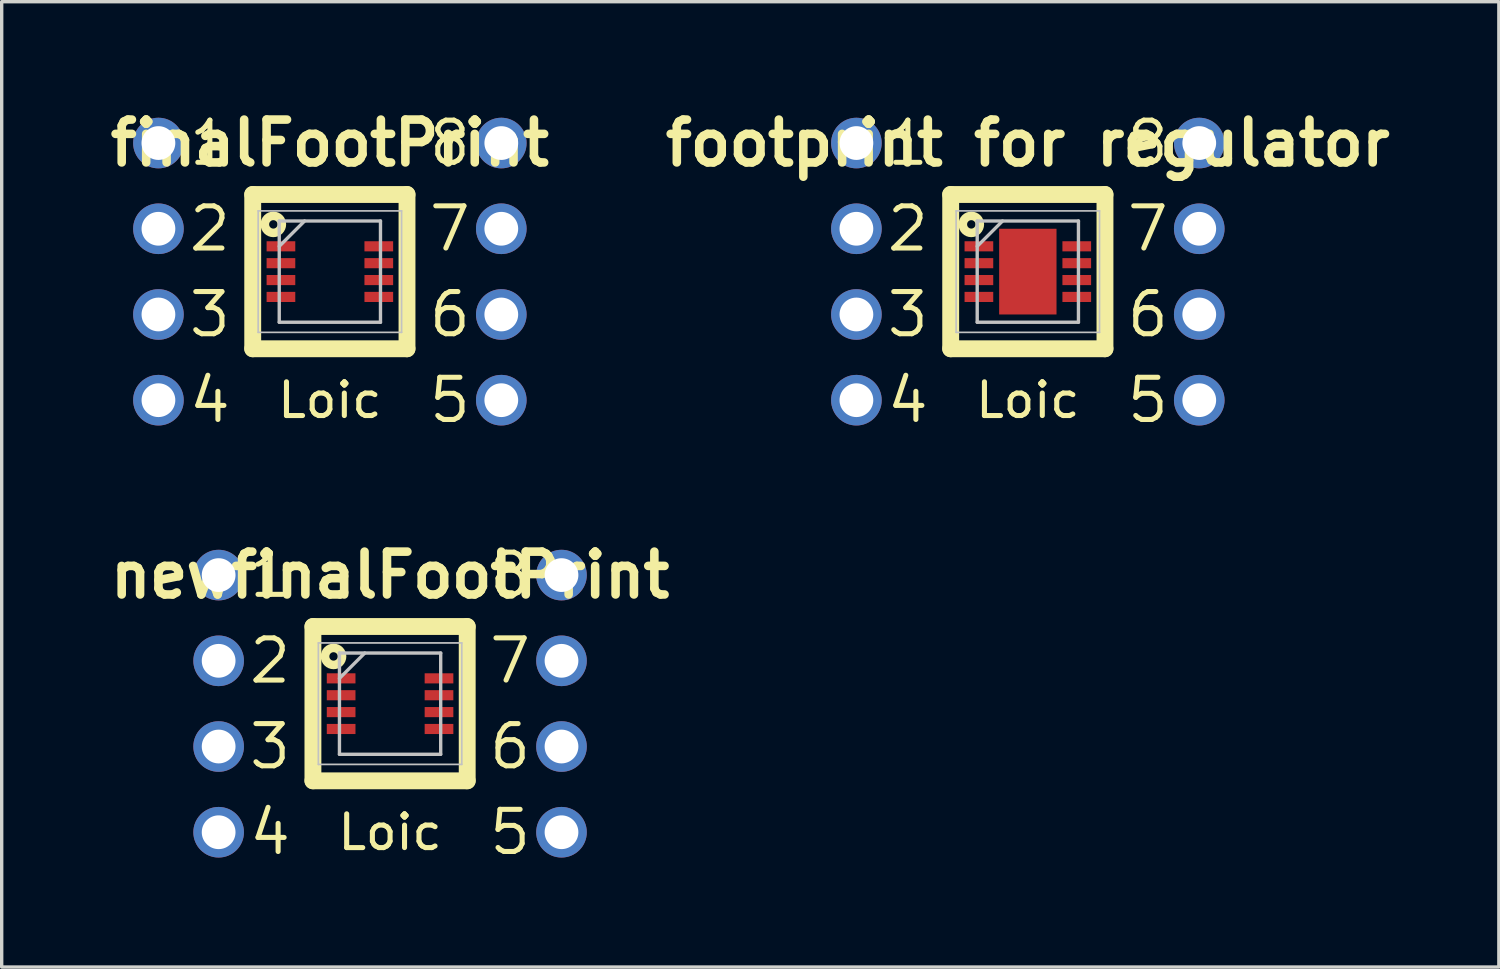
<source format=kicad_pcb>
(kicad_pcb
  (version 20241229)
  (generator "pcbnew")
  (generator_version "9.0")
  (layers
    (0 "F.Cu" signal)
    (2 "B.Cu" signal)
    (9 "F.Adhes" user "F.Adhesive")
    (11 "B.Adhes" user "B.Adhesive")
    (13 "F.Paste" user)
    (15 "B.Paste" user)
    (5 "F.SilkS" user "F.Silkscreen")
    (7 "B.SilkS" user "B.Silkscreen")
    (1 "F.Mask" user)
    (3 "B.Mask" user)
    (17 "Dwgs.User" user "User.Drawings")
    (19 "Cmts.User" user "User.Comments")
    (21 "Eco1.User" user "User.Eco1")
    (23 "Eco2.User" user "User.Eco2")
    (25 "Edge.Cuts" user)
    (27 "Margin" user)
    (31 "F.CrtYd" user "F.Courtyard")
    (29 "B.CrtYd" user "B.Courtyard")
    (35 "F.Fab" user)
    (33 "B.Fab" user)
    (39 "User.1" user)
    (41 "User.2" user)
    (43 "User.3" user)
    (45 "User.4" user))
  (footprint "finalFootPrint"
    (layer "F.Cu")
    (at 6.725 4.999)
    (property "Reference" "finalFootPrint" (at 0 -3.81 0) (layer "F.SilkS") (effects (font (size 1.27 1.27) (thickness 0.254))))
    (attr smd)
    (fp_line (start -2.286 -2.286) (end 2.286 -2.286) (stroke (width 0.5) (type solid)) (layer "F.SilkS"))
    (fp_line (start -2.286 2.286) (end -2.286 -2.286) (stroke (width 0.5) (type solid)) (layer "F.SilkS"))
    (fp_line (start 2.286 -2.286) (end 2.286 2.286) (stroke (width 0.5) (type solid)) (layer "F.SilkS"))
    (fp_line (start 2.286 2.286) (end -2.286 2.286) (stroke (width 0.5) (type solid)) (layer "F.SilkS"))
    (fp_circle (center -1.675 -1.4) (end -1.55 -1.4) (stroke (width 0.254) (type solid)) (fill no) (layer "F.SilkS"))
    (fp_line (start -2.125 -1.8) (end 2.125 -1.8) (stroke (width 0.05) (type solid)) (layer "Dwgs.User"))
    (fp_line (start -2.125 1.8) (end -2.125 -1.8) (stroke (width 0.05) (type solid)) (layer "Dwgs.User"))
    (fp_line (start -1.5 -1.5) (end 1.5 -1.5) (stroke (width 0.1) (type solid)) (layer "Dwgs.User"))
    (fp_line (start -1.5 -0.75) (end -0.75 -1.5) (stroke (width 0.1) (type solid)) (layer "Dwgs.User"))
    (fp_line (start -1.5 1.5) (end -1.5 -1.5) (stroke (width 0.1) (type solid)) (layer "Dwgs.User"))
    (fp_line (start 1.5 -1.5) (end 1.5 1.5) (stroke (width 0.1) (type solid)) (layer "Dwgs.User"))
    (fp_line (start 1.5 1.5) (end -1.5 1.5) (stroke (width 0.1) (type solid)) (layer "Dwgs.User"))
    (fp_line (start 2.125 -1.8) (end 2.125 1.8) (stroke (width 0.05) (type solid)) (layer "Dwgs.User"))
    (fp_line (start 2.125 1.8) (end -2.125 1.8) (stroke (width 0.05) (type solid)) (layer "Dwgs.User"))
    (fp_text user "2" (at -3.556 -1.27 0) (layer "F.SilkS") (effects (font (size 1.25 1.25) (thickness 0.15))))
    (fp_text user "6" (at 3.556 1.27 0) (layer "F.SilkS") (effects (font (size 1.25 1.25) (thickness 0.15))))
    (fp_text user "5" (at 3.556 3.81 0) (layer "F.SilkS") (effects (font (size 1.25 1.25) (thickness 0.15))))
    (fp_text user "4" (at -3.556 3.81 0) (layer "F.SilkS") (effects (font (size 1.25 1.25) (thickness 0.15))))
    (fp_text user "Loic" (at 0 3.81 0) (layer "F.SilkS") (effects (font (size 1 1) (thickness 0.15))))
    (fp_text user "8" (at 3.556 -3.81 0) (layer "F.SilkS") (effects (font (size 1.25 1.25) (thickness 0.15))))
    (fp_text user "1" (at -3.556 -3.81 0) (layer "F.SilkS") (effects (font (size 1.25 1.25) (thickness 0.15))))
    (fp_text user "3" (at -3.556 1.27 0) (layer "F.SilkS") (effects (font (size 1.25 1.25) (thickness 0.15))))
    (fp_text user "7" (at 3.556 -1.27 0) (layer "F.SilkS") (effects (font (size 1.25 1.25) (thickness 0.15))))
    (pad "1" thru_hole circle (at -5.08 -3.81) (size 1.5 1.5) (drill 1) (layers "*.Cu" "*.Mask"))
    (pad "1" smd rect (at -1.45 -0.75 90) (size 0.3 0.85) (layers "F.Cu" "F.Mask" "F.Paste"))
    (pad "2" thru_hole circle (at -5.08 -1.27) (size 1.5 1.5) (drill 1) (layers "*.Cu" "*.Mask"))
    (pad "2" smd rect (at -1.45 -0.25 90) (size 0.3 0.85) (layers "F.Cu" "F.Mask" "F.Paste"))
    (pad "3" thru_hole circle (at -5.08 1.27) (size 1.5 1.5) (drill 1) (layers "*.Cu" "*.Mask"))
    (pad "3" smd rect (at -1.45 0.25 90) (size 0.3 0.85) (layers "F.Cu" "F.Mask" "F.Paste"))
    (pad "4" thru_hole circle (at -5.08 3.81) (size 1.5 1.5) (drill 1) (layers "*.Cu" "*.Mask"))
    (pad "4" smd rect (at -1.45 0.75 90) (size 0.3 0.85) (layers "F.Cu" "F.Mask" "F.Paste"))
    (pad "5" smd rect (at 1.45 0.75 90) (size 0.3 0.85) (layers "F.Cu" "F.Mask" "F.Paste"))
    (pad "5" thru_hole circle (at 5.08 3.81) (size 1.5 1.5) (drill 1) (layers "*.Cu" "*.Mask"))
    (pad "6" smd rect (at 1.45 0.25 90) (size 0.3 0.85) (layers "F.Cu" "F.Mask" "F.Paste"))
    (pad "6" thru_hole circle (at 5.08 1.27) (size 1.5 1.5) (drill 1) (layers "*.Cu" "*.Mask"))
    (pad "7" smd rect (at 1.45 -0.25 90) (size 0.3 0.85) (layers "F.Cu" "F.Mask" "F.Paste"))
    (pad "7" thru_hole circle (at 5.08 -1.27) (size 1.5 1.5) (drill 1) (layers "*.Cu" "*.Mask"))
    (pad "8" smd rect (at 1.45 -0.75 90) (size 0.3 0.85) (layers "F.Cu" "F.Mask" "F.Paste"))
    (pad "8" thru_hole circle (at 5.08 -3.81) (size 1.5 1.5) (drill 1) (layers "*.Cu" "*.Mask")))
  (footprint "newfinalFootPrint"
    (layer "F.Cu")
    (at 8.509 17.802)
    (property "Reference" "newfinalFootPrint" (at 0 -3.81 0) (layer "F.SilkS") (effects (font (size 1.27 1.27) (thickness 0.254))))
    (attr smd)
    (fp_line (start -2.286 -2.286) (end 2.286 -2.286) (stroke (width 0.5) (type solid)) (layer "F.SilkS"))
    (fp_line (start -2.286 2.286) (end -2.286 -2.286) (stroke (width 0.5) (type solid)) (layer "F.SilkS"))
    (fp_line (start 2.286 -2.286) (end 2.286 2.286) (stroke (width 0.5) (type solid)) (layer "F.SilkS"))
    (fp_line (start 2.286 2.286) (end -2.286 2.286) (stroke (width 0.5) (type solid)) (layer "F.SilkS"))
    (fp_circle (center -1.675 -1.4) (end -1.55 -1.4) (stroke (width 0.254) (type solid)) (fill no) (layer "F.SilkS"))
    (fp_line (start -2.125 -1.8) (end 2.125 -1.8) (stroke (width 0.05) (type solid)) (layer "Dwgs.User"))
    (fp_line (start -2.125 1.8) (end -2.125 -1.8) (stroke (width 0.05) (type solid)) (layer "Dwgs.User"))
    (fp_line (start -1.5 -1.5) (end 1.5 -1.5) (stroke (width 0.1) (type solid)) (layer "Dwgs.User"))
    (fp_line (start -1.5 -0.75) (end -0.75 -1.5) (stroke (width 0.1) (type solid)) (layer "Dwgs.User"))
    (fp_line (start -1.5 1.5) (end -1.5 -1.5) (stroke (width 0.1) (type solid)) (layer "Dwgs.User"))
    (fp_line (start 1.5 -1.5) (end 1.5 1.5) (stroke (width 0.1) (type solid)) (layer "Dwgs.User"))
    (fp_line (start 1.5 1.5) (end -1.5 1.5) (stroke (width 0.1) (type solid)) (layer "Dwgs.User"))
    (fp_line (start 2.125 -1.8) (end 2.125 1.8) (stroke (width 0.05) (type solid)) (layer "Dwgs.User"))
    (fp_line (start 2.125 1.8) (end -2.125 1.8) (stroke (width 0.05) (type solid)) (layer "Dwgs.User"))
    (fp_text user "4" (at -3.556 3.81 0) (layer "F.SilkS") (effects (font (size 1.25 1.25) (thickness 0.15))))
    (fp_text user "2" (at -3.556 -1.27 0) (layer "F.SilkS") (effects (font (size 1.25 1.25) (thickness 0.15))))
    (fp_text user "8" (at 3.556 -3.81 0) (layer "F.SilkS") (effects (font (size 1.25 1.25) (thickness 0.15))))
    (fp_text user "7" (at 3.556 -1.27 0) (layer "F.SilkS") (effects (font (size 1.25 1.25) (thickness 0.15))))
    (fp_text user "6" (at 3.556 1.27 0) (layer "F.SilkS") (effects (font (size 1.25 1.25) (thickness 0.15))))
    (fp_text user "5" (at 3.556 3.81 0) (layer "F.SilkS") (effects (font (size 1.25 1.25) (thickness 0.15))))
    (fp_text user "3" (at -3.556 1.27 0) (layer "F.SilkS") (effects (font (size 1.25 1.25) (thickness 0.15))))
    (fp_text user "1" (at -3.556 -3.81 0) (layer "F.SilkS") (effects (font (size 1.25 1.25) (thickness 0.15))))
    (fp_text user "Loic" (at 0 3.81 0) (layer "F.SilkS") (effects (font (size 1 1) (thickness 0.15))))
    (pad "1" thru_hole circle (at -5.08 -3.81) (size 1.5 1.5) (drill 1) (layers "*.Cu" "*.Mask"))
    (pad "1" smd rect (at -1.45 -0.75 90) (size 0.3 0.85) (layers "F.Cu" "F.Mask" "F.Paste"))
    (pad "2" thru_hole circle (at -5.08 -1.27) (size 1.5 1.5) (drill 1) (layers "*.Cu" "*.Mask"))
    (pad "2" smd rect (at -1.45 -0.25 90) (size 0.3 0.85) (layers "F.Cu" "F.Mask" "F.Paste"))
    (pad "3" thru_hole circle (at -5.08 1.27) (size 1.5 1.5) (drill 1) (layers "*.Cu" "*.Mask"))
    (pad "3" smd rect (at -1.45 0.25 90) (size 0.3 0.85) (layers "F.Cu" "F.Mask" "F.Paste"))
    (pad "4" thru_hole circle (at -5.08 3.81) (size 1.5 1.5) (drill 1) (layers "*.Cu" "*.Mask"))
    (pad "4" smd rect (at -1.45 0.75 90) (size 0.3 0.85) (layers "F.Cu" "F.Mask" "F.Paste"))
    (pad "5" smd rect (at 1.45 0.75 90) (size 0.3 0.85) (layers "F.Cu" "F.Mask" "F.Paste"))
    (pad "5" thru_hole circle (at 5.08 3.81) (size 1.5 1.5) (drill 1) (layers "*.Cu" "*.Mask"))
    (pad "6" smd rect (at 1.45 0.25 90) (size 0.3 0.85) (layers "F.Cu" "F.Mask" "F.Paste"))
    (pad "6" thru_hole circle (at 5.08 1.27) (size 1.5 1.5) (drill 1) (layers "*.Cu" "*.Mask"))
    (pad "7" smd rect (at 1.45 -0.25 90) (size 0.3 0.85) (layers "F.Cu" "F.Mask" "F.Paste"))
    (pad "7" thru_hole circle (at 5.08 -1.27) (size 1.5 1.5) (drill 1) (layers "*.Cu" "*.Mask"))
    (pad "8" smd rect (at 1.45 -0.75 90) (size 0.3 0.85) (layers "F.Cu" "F.Mask" "F.Paste"))
    (pad "8" thru_hole circle (at 5.08 -3.81) (size 1.5 1.5) (drill 1) (layers "*.Cu" "*.Mask")))
  (footprint "footprint for regulator"
    (layer "F.Cu")
    (at 27.408 4.999)
    (property "Reference" "footprint for regulator" (at 0 -3.81 0) (layer "F.SilkS") (effects (font (size 1.27 1.27) (thickness 0.254))))
    (attr smd)
    (fp_line (start -2.286 -2.286) (end 2.286 -2.286) (stroke (width 0.5) (type solid)) (layer "F.SilkS"))
    (fp_line (start -2.286 2.286) (end -2.286 -2.286) (stroke (width 0.5) (type solid)) (layer "F.SilkS"))
    (fp_line (start 2.286 -2.286) (end 2.286 2.286) (stroke (width 0.5) (type solid)) (layer "F.SilkS"))
    (fp_line (start 2.286 2.286) (end -2.286 2.286) (stroke (width 0.5) (type solid)) (layer "F.SilkS"))
    (fp_circle (center -1.675 -1.4) (end -1.55 -1.4) (stroke (width 0.254) (type solid)) (fill no) (layer "F.SilkS"))
    (fp_line (start -2.125 -1.8) (end 2.125 -1.8) (stroke (width 0.05) (type solid)) (layer "Dwgs.User"))
    (fp_line (start -2.125 1.8) (end -2.125 -1.8) (stroke (width 0.05) (type solid)) (layer "Dwgs.User"))
    (fp_line (start -1.5 -1.5) (end 1.5 -1.5) (stroke (width 0.1) (type solid)) (layer "Dwgs.User"))
    (fp_line (start -1.5 -0.75) (end -0.75 -1.5) (stroke (width 0.1) (type solid)) (layer "Dwgs.User"))
    (fp_line (start -1.5 1.5) (end -1.5 -1.5) (stroke (width 0.1) (type solid)) (layer "Dwgs.User"))
    (fp_line (start 1.5 -1.5) (end 1.5 1.5) (stroke (width 0.1) (type solid)) (layer "Dwgs.User"))
    (fp_line (start 1.5 1.5) (end -1.5 1.5) (stroke (width 0.1) (type solid)) (layer "Dwgs.User"))
    (fp_line (start 2.125 -1.8) (end 2.125 1.8) (stroke (width 0.05) (type solid)) (layer "Dwgs.User"))
    (fp_line (start 2.125 1.8) (end -2.125 1.8) (stroke (width 0.05) (type solid)) (layer "Dwgs.User"))
    (fp_text user "Loic" (at 0 3.81 0) (layer "F.SilkS") (effects (font (size 1 1) (thickness 0.15))))
    (fp_text user "6" (at 3.556 1.27 0) (layer "F.SilkS") (effects (font (size 1.25 1.25) (thickness 0.15))))
    (fp_text user "8" (at 3.556 -3.81 0) (layer "F.SilkS") (effects (font (size 1.25 1.25) (thickness 0.15))))
    (fp_text user "3" (at -3.556 1.27 0) (layer "F.SilkS") (effects (font (size 1.25 1.25) (thickness 0.15))))
    (fp_text user "4" (at -3.556 3.81 0) (layer "F.SilkS") (effects (font (size 1.25 1.25) (thickness 0.15))))
    (fp_text user "2" (at -3.556 -1.27 0) (layer "F.SilkS") (effects (font (size 1.25 1.25) (thickness 0.15))))
    (fp_text user "5" (at 3.556 3.81 0) (layer "F.SilkS") (effects (font (size 1.25 1.25) (thickness 0.15))))
    (fp_text user "1" (at -3.556 -3.81 0) (layer "F.SilkS") (effects (font (size 1.25 1.25) (thickness 0.15))))
    (fp_text user "7" (at 3.556 -1.27 0) (layer "F.SilkS") (effects (font (size 1.25 1.25) (thickness 0.15))))
    (pad "1" thru_hole circle (at -5.08 -3.81) (size 1.5 1.5) (drill 1) (layers "*.Cu" "*.Mask"))
    (pad "1" smd rect (at -1.45 -0.75 90) (size 0.3 0.85) (layers "F.Cu" "F.Mask" "F.Paste"))
    (pad "2" thru_hole circle (at -5.08 -1.27) (size 1.5 1.5) (drill 1) (layers "*.Cu" "*.Mask"))
    (pad "2" smd rect (at -1.45 -0.25 90) (size 0.3 0.85) (layers "F.Cu" "F.Mask" "F.Paste"))
    (pad "3" thru_hole circle (at -5.08 1.27) (size 1.5 1.5) (drill 1) (layers "*.Cu" "*.Mask"))
    (pad "3" smd rect (at -1.45 0.25 90) (size 0.3 0.85) (layers "F.Cu" "F.Mask" "F.Paste"))
    (pad "4" thru_hole circle (at -5.08 3.81) (size 1.5 1.5) (drill 1) (layers "*.Cu" "*.Mask"))
    (pad "4" smd rect (at -1.45 0.75 90) (size 0.3 0.85) (layers "F.Cu" "F.Mask" "F.Paste"))
    (pad "5" smd rect (at 1.45 0.75 90) (size 0.3 0.85) (layers "F.Cu" "F.Mask" "F.Paste"))
    (pad "5" thru_hole circle (at 5.08 3.81) (size 1.5 1.5) (drill 1) (layers "*.Cu" "*.Mask"))
    (pad "6" smd rect (at 1.45 0.25 90) (size 0.3 0.85) (layers "F.Cu" "F.Mask" "F.Paste"))
    (pad "6" thru_hole circle (at 5.08 1.27) (size 1.5 1.5) (drill 1) (layers "*.Cu" "*.Mask"))
    (pad "7" smd rect (at 1.45 -0.25 90) (size 0.3 0.85) (layers "F.Cu" "F.Mask" "F.Paste"))
    (pad "7" thru_hole circle (at 5.08 -1.27) (size 1.5 1.5) (drill 1) (layers "*.Cu" "*.Mask"))
    (pad "8" smd rect (at 1.45 -0.75 90) (size 0.3 0.85) (layers "F.Cu" "F.Mask" "F.Paste"))
    (pad "8" thru_hole circle (at 5.08 -3.81) (size 1.5 1.5) (drill 1) (layers "*.Cu" "*.Mask"))
    (pad "9" smd rect (at 0 0) (size 1.7 2.54) (layers "F.Cu" "F.Mask" "F.Paste")))
  (gr_rect
    (start -3 -3)
    (end 41.366 25.606)
    (stroke (width 0.1) (type default))
    (fill no)
    (layer "Edge.Cuts")))
</source>
